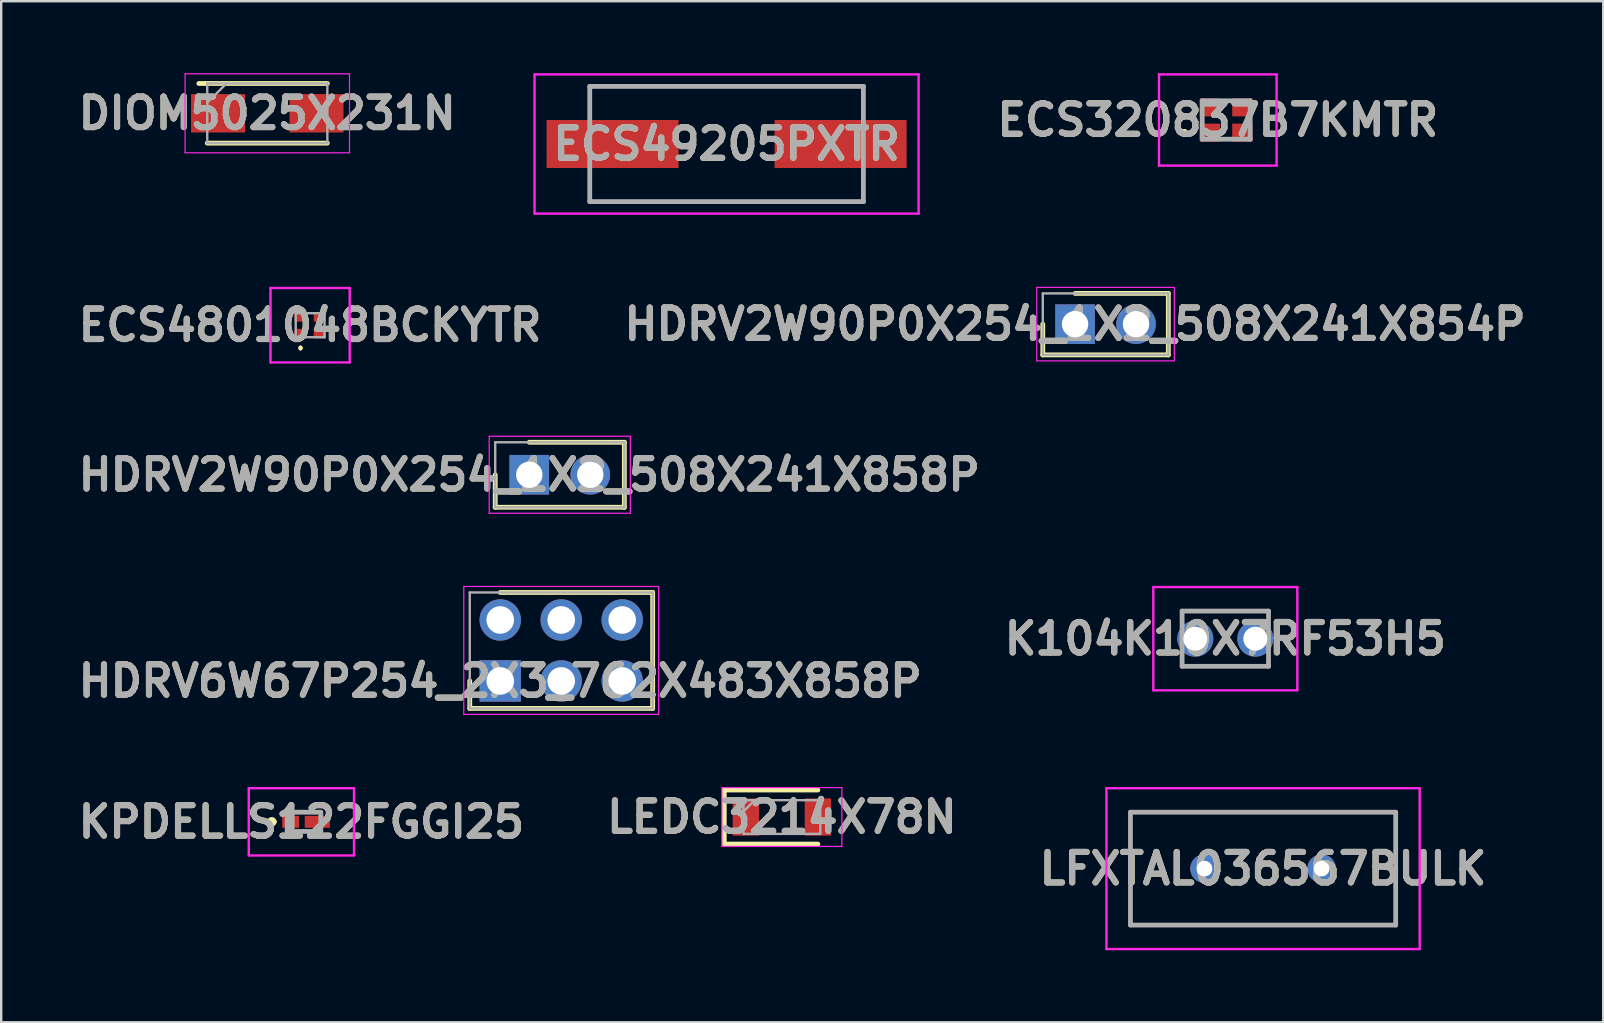
<source format=kicad_pcb>
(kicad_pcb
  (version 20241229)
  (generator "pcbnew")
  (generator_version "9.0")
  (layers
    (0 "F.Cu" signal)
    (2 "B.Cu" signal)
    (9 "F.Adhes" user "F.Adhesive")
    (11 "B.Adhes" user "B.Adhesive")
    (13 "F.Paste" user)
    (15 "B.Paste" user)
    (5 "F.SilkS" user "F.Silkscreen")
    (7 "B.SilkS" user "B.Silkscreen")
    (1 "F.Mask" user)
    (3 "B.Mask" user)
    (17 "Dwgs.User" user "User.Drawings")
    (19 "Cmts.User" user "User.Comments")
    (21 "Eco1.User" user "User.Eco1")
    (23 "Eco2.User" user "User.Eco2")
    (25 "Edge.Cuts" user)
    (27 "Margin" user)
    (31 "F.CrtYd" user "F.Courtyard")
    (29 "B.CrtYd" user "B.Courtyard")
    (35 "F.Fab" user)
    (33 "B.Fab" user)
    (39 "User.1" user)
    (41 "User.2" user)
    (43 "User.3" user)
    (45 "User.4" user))
  (footprint "HDRV2W90P0X254_1X2_508X241X854P"
    (layer "F.Cu")
    (at 41.741 10.455)
    (property "Reference" "HDRV2W90P0X254_1X2_508X241X854P" (at 0 0 0) (layer "F.SilkS") (effects (font (size 1.27 1.27) (thickness 0.254))))
    (attr through_hole)
    (fp_line (start -1.345 0) (end -1.345 1.28) (stroke (width 0.2) (type solid)) (layer "F.SilkS"))
    (fp_line (start -1.345 1.28) (end 3.885 1.28) (stroke (width 0.2) (type solid)) (layer "F.SilkS"))
    (fp_line (start 3.885 -1.28) (end 0 -1.28) (stroke (width 0.2) (type solid)) (layer "F.SilkS"))
    (fp_line (start 3.885 1.28) (end 3.885 -1.28) (stroke (width 0.2) (type solid)) (layer "F.SilkS"))
    (fp_line (start -1.595 -1.53) (end 4.135 -1.53) (stroke (width 0.05) (type solid)) (layer "F.CrtYd"))
    (fp_line (start -1.595 1.53) (end -1.595 -1.53) (stroke (width 0.05) (type solid)) (layer "F.CrtYd"))
    (fp_line (start 4.135 -1.53) (end 4.135 1.53) (stroke (width 0.05) (type solid)) (layer "F.CrtYd"))
    (fp_line (start 4.135 1.53) (end -1.595 1.53) (stroke (width 0.05) (type solid)) (layer "F.CrtYd"))
    (fp_line (start -1.345 -1.28) (end 3.885 -1.28) (stroke (width 0.1) (type solid)) (layer "F.Fab"))
    (fp_line (start -1.345 1.28) (end -1.345 -1.28) (stroke (width 0.1) (type solid)) (layer "F.Fab"))
    (fp_line (start 3.885 -1.28) (end 3.885 1.28) (stroke (width 0.1) (type solid)) (layer "F.Fab"))
    (fp_line (start 3.885 1.28) (end -1.345 1.28) (stroke (width 0.1) (type solid)) (layer "F.Fab"))
    (fp_text user "${REFERENCE}" (at 0 0 0) (layer "F.Fab") (effects (font (size 1.27 1.27) (thickness 0.254))))
    (pad "1" thru_hole rect (at 0 0) (size 1.65 1.65) (drill 1.1) (layers "*.Cu" "*.Mask"))
    (pad "2" thru_hole circle (at 2.54 0) (size 1.65 1.65) (drill 1.1) (layers "*.Cu" "*.Mask")))
  (footprint "ECS320837B7KMTR"
    (layer "F.Cu")
    (at 48.037 1.95)
    (property "Reference" "ECS320837B7KMTR" (at -0.35 0 0) (layer "F.SilkS") (effects (font (size 1.27 1.27) (thickness 0.254))))
    (attr smd)
    (fp_line (start -1.8 0.525) (end -1.8 0.525) (stroke (width 0.2) (type solid)) (layer "F.SilkS"))
    (fp_line (start -1.7 0.525) (end -1.7 0.525) (stroke (width 0.2) (type solid)) (layer "F.SilkS"))
    (fp_line (start -1.7 0.525) (end -1.7 0.525) (stroke (width 0.2) (type solid)) (layer "F.SilkS"))
    (fp_arc (start -1.8 0.525) (mid -1.75 0.475) (end -1.7 0.525) (stroke (width 0.2) (type solid)) (layer "F.SilkS"))
    (fp_arc (start -1.8 0.525) (mid -1.75 0.475) (end -1.7 0.525) (stroke (width 0.2) (type solid)) (layer "F.SilkS"))
    (fp_arc (start -1.7 0.525) (mid -1.75 0.575) (end -1.8 0.525) (stroke (width 0.2) (type solid)) (layer "F.SilkS"))
    (fp_line (start -2.8 -1.9) (end 2.1 -1.9) (stroke (width 0.1) (type solid)) (layer "F.CrtYd"))
    (fp_line (start -2.8 1.9) (end -2.8 -1.9) (stroke (width 0.1) (type solid)) (layer "F.CrtYd"))
    (fp_line (start 2.1 -1.9) (end 2.1 1.9) (stroke (width 0.1) (type solid)) (layer "F.CrtYd"))
    (fp_line (start 2.1 1.9) (end -2.8 1.9) (stroke (width 0.1) (type solid)) (layer "F.CrtYd"))
    (fp_line (start -1 -0.8) (end 1 -0.8) (stroke (width 0.2) (type solid)) (layer "F.Fab"))
    (fp_line (start -1 0.8) (end -1 -0.8) (stroke (width 0.2) (type solid)) (layer "F.Fab"))
    (fp_line (start 1 -0.8) (end 1 0.8) (stroke (width 0.2) (type solid)) (layer "F.Fab"))
    (fp_line (start 1 0.8) (end -1 0.8) (stroke (width 0.2) (type solid)) (layer "F.Fab"))
    (fp_text user "${REFERENCE}" (at -0.35 0 0) (layer "F.Fab") (effects (font (size 1.27 1.27) (thickness 0.254))))
    (pad "1" smd rect (at -0.675 0.525 90) (size 0.75 0.85) (layers "F.Cu" "F.Mask" "F.Paste"))
    (pad "2" smd rect (at 0.675 0.525 90) (size 0.75 0.85) (layers "F.Cu" "F.Mask" "F.Paste"))
    (pad "3" smd rect (at 0.675 -0.525 90) (size 0.75 0.85) (layers "F.Cu" "F.Mask" "F.Paste"))
    (pad "4" smd rect (at -0.675 -0.525 90) (size 0.75 0.85) (layers "F.Cu" "F.Mask" "F.Paste")))
  (footprint "K104K10X7RF53H5"
    (layer "F.Cu")
    (at 48 23.56)
    (property "Reference" "K104K10X7RF53H5" (at 0 0 0) (layer "F.SilkS") (effects (font (size 1.27 1.27) (thickness 0.254))))
    (attr through_hole)
    (fp_line (start -1.8 -1.15) (end 1.8 -1.15) (stroke (width 0.1) (type solid)) (layer "F.SilkS"))
    (fp_line (start -1.8 1.15) (end 1.8 1.15) (stroke (width 0.1) (type solid)) (layer "F.SilkS"))
    (fp_line (start -3 -2.15) (end 3 -2.15) (stroke (width 0.1) (type solid)) (layer "F.CrtYd"))
    (fp_line (start -3 2.15) (end -3 -2.15) (stroke (width 0.1) (type solid)) (layer "F.CrtYd"))
    (fp_line (start 3 -2.15) (end 3 2.15) (stroke (width 0.1) (type solid)) (layer "F.CrtYd"))
    (fp_line (start 3 2.15) (end -3 2.15) (stroke (width 0.1) (type solid)) (layer "F.CrtYd"))
    (fp_line (start -1.8 -1.15) (end 1.8 -1.15) (stroke (width 0.2) (type solid)) (layer "F.Fab"))
    (fp_line (start -1.8 1.15) (end -1.8 -1.15) (stroke (width 0.2) (type solid)) (layer "F.Fab"))
    (fp_line (start 1.8 -1.15) (end 1.8 1.15) (stroke (width 0.2) (type solid)) (layer "F.Fab"))
    (fp_line (start 1.8 1.15) (end -1.8 1.15) (stroke (width 0.2) (type solid)) (layer "F.Fab"))
    (fp_text user "${REFERENCE}" (at 0 0 0) (layer "F.Fab") (effects (font (size 1.27 1.27) (thickness 0.254))))
    (pad "1" thru_hole circle (at -1.25 0) (size 1.5 1.5) (drill 1) (layers "*.Cu" "*.Mask"))
    (pad "2" thru_hole circle (at 1.25 0) (size 1.5 1.5) (drill 1) (layers "*.Cu" "*.Mask")))
  (footprint "KPDELLS122FGGI25"
    (layer "F.Cu")
    (at 9.507 31.19)
    (property "Reference" "KPDELLS122FGGI25" (at 0 0 0) (layer "F.SilkS") (effects (font (size 1.27 1.27) (thickness 0.254))))
    (attr smd)
    (fp_line (start -1.335 0) (end -1.335 0) (stroke (width 0.2) (type solid)) (layer "F.SilkS"))
    (fp_line (start -1.135 0) (end -1.135 0) (stroke (width 0.2) (type solid)) (layer "F.SilkS"))
    (fp_arc (start -1.335 0) (mid -1.235 -0.1) (end -1.135 0) (stroke (width 0.2) (type solid)) (layer "F.SilkS"))
    (fp_arc (start -1.135 0) (mid -1.235 0.1) (end -1.335 0) (stroke (width 0.2) (type solid)) (layer "F.SilkS"))
    (fp_line (start -2.192 -1.4) (end 2.192 -1.4) (stroke (width 0.1) (type solid)) (layer "F.CrtYd"))
    (fp_line (start -2.192 1.4) (end -2.192 -1.4) (stroke (width 0.1) (type solid)) (layer "F.CrtYd"))
    (fp_line (start 2.192 -1.4) (end 2.192 1.4) (stroke (width 0.1) (type solid)) (layer "F.CrtYd"))
    (fp_line (start 2.192 1.4) (end -2.192 1.4) (stroke (width 0.1) (type solid)) (layer "F.CrtYd"))
    (fp_line (start -0.592 -0.4) (end 0.808 -0.4) (stroke (width 0.2) (type solid)) (layer "F.Fab"))
    (fp_line (start -0.592 0.4) (end -0.592 -0.4) (stroke (width 0.2) (type solid)) (layer "F.Fab"))
    (fp_line (start 0.808 -0.4) (end 0.808 0.4) (stroke (width 0.2) (type solid)) (layer "F.Fab"))
    (fp_line (start 0.808 0.4) (end -0.592 0.4) (stroke (width 0.2) (type solid)) (layer "F.Fab"))
    (fp_text user "${REFERENCE}" (at 0 0 0) (layer "F.Fab") (effects (font (size 1.27 1.27) (thickness 0.254))))
    (pad "1" smd rect (at -0.45 0 90) (size 0.5 0.7) (layers "F.Cu" "F.Mask" "F.Paste"))
    (pad "2" smd rect (at 0.665 0 90) (size 0.5 1.05) (layers "F.Cu" "F.Mask" "F.Paste")))
  (footprint "DIOM5025X231N"
    (layer "F.Cu")
    (at 8.086 1.67)
    (property "Reference" "DIOM5025X231N" (at 0 0 0) (layer "F.SilkS") (effects (font (size 1.27 1.27) (thickness 0.254))))
    (attr smd)
    (fp_line (start -2.502 1.242) (end 2.502 1.242) (stroke (width 0.2) (type solid)) (layer "F.SilkS"))
    (fp_line (start 2.502 -1.242) (end -2.85 -1.242) (stroke (width 0.2) (type solid)) (layer "F.SilkS"))
    (fp_line (start -3.425 -1.645) (end 3.425 -1.645) (stroke (width 0.05) (type solid)) (layer "F.CrtYd"))
    (fp_line (start -3.425 1.645) (end -3.425 -1.645) (stroke (width 0.05) (type solid)) (layer "F.CrtYd"))
    (fp_line (start 3.425 -1.645) (end 3.425 1.645) (stroke (width 0.05) (type solid)) (layer "F.CrtYd"))
    (fp_line (start 3.425 1.645) (end -3.425 1.645) (stroke (width 0.05) (type solid)) (layer "F.CrtYd"))
    (fp_line (start -2.502 -1.242) (end 2.502 -1.242) (stroke (width 0.1) (type solid)) (layer "F.Fab"))
    (fp_line (start -2.502 -0.442) (end -1.702 -1.242) (stroke (width 0.1) (type solid)) (layer "F.Fab"))
    (fp_line (start -2.502 1.242) (end -2.502 -1.242) (stroke (width 0.1) (type solid)) (layer "F.Fab"))
    (fp_line (start 2.502 -1.242) (end 2.502 1.242) (stroke (width 0.1) (type solid)) (layer "F.Fab"))
    (fp_line (start 2.502 1.242) (end -2.502 1.242) (stroke (width 0.1) (type solid)) (layer "F.Fab"))
    (fp_text user "${REFERENCE}" (at 0 0 0) (layer "F.Fab") (effects (font (size 1.27 1.27) (thickness 0.254))))
    (pad "1" smd rect (at -2.05 0 90) (size 1.6 2.25) (layers "F.Cu" "F.Mask" "F.Paste"))
    (pad "2" smd rect (at 2.05 0 90) (size 1.6 2.25) (layers "F.Cu" "F.Mask" "F.Paste")))
  (footprint "LFXTAL036567BULK"
    (layer "F.Cu")
    (at 47.133 33.14)
    (property "Reference" "LFXTAL036567BULK" (at 2.44 0 0) (layer "F.SilkS") (effects (font (size 1.27 1.27) (thickness 0.254))))
    (attr through_hole)
    (fp_line (start -3.085 -2.35) (end 7.965 -2.35) (stroke (width 0.1) (type solid)) (layer "F.SilkS"))
    (fp_line (start -3.085 2.35) (end -3.085 -2.35) (stroke (width 0.1) (type solid)) (layer "F.SilkS"))
    (fp_line (start 7.965 -2.35) (end 7.965 2.35) (stroke (width 0.1) (type solid)) (layer "F.SilkS"))
    (fp_line (start 7.965 2.35) (end -3.085 2.35) (stroke (width 0.1) (type solid)) (layer "F.SilkS"))
    (fp_line (start -4.085 -3.35) (end 8.965 -3.35) (stroke (width 0.1) (type solid)) (layer "F.CrtYd"))
    (fp_line (start -4.085 3.35) (end -4.085 -3.35) (stroke (width 0.1) (type solid)) (layer "F.CrtYd"))
    (fp_line (start 8.965 -3.35) (end 8.965 3.35) (stroke (width 0.1) (type solid)) (layer "F.CrtYd"))
    (fp_line (start 8.965 3.35) (end -4.085 3.35) (stroke (width 0.1) (type solid)) (layer "F.CrtYd"))
    (fp_line (start -3.085 -2.35) (end 7.965 -2.35) (stroke (width 0.2) (type solid)) (layer "F.Fab"))
    (fp_line (start -3.085 2.35) (end -3.085 -2.35) (stroke (width 0.2) (type solid)) (layer "F.Fab"))
    (fp_line (start 7.965 -2.35) (end 7.965 2.35) (stroke (width 0.2) (type solid)) (layer "F.Fab"))
    (fp_line (start 7.965 2.35) (end -3.085 2.35) (stroke (width 0.2) (type solid)) (layer "F.Fab"))
    (fp_text user "${REFERENCE}" (at 2.44 0 0) (layer "F.Fab") (effects (font (size 1.27 1.27) (thickness 0.254))))
    (pad "1" thru_hole circle (at 0 0) (size 1.192 1.192) (drill 0.65) (layers "*.Cu" "*.Mask"))
    (pad "2" thru_hole circle (at 4.88 0) (size 1.192 1.192) (drill 0.65) (layers "*.Cu" "*.Mask")))
  (footprint "ECS4801048BCKYTR"
    (layer "F.Cu")
    (at 9.87 10.5)
    (property "Reference" "ECS4801048BCKYTR" (at 0 0 0) (layer "F.SilkS") (effects (font (size 1.27 1.27) (thickness 0.254))))
    (attr smd)
    (fp_line (start -0.4 0.9) (end -0.4 0.9) (stroke (width 0.1) (type solid)) (layer "F.SilkS"))
    (fp_line (start -0.4 1) (end -0.4 1) (stroke (width 0.1) (type solid)) (layer "F.SilkS"))
    (fp_arc (start -0.4 0.9) (mid -0.35 0.95) (end -0.4 1) (stroke (width 0.1) (type solid)) (layer "F.SilkS"))
    (fp_arc (start -0.4 1) (mid -0.45 0.95) (end -0.4 0.9) (stroke (width 0.1) (type solid)) (layer "F.SilkS"))
    (fp_line (start -1.65 -1.55) (end 1.65 -1.55) (stroke (width 0.1) (type solid)) (layer "F.CrtYd"))
    (fp_line (start -1.65 1.55) (end -1.65 -1.55) (stroke (width 0.1) (type solid)) (layer "F.CrtYd"))
    (fp_line (start 1.65 -1.55) (end 1.65 1.55) (stroke (width 0.1) (type solid)) (layer "F.CrtYd"))
    (fp_line (start 1.65 1.55) (end -1.65 1.55) (stroke (width 0.1) (type solid)) (layer "F.CrtYd"))
    (fp_line (start -0.6 -0.5) (end 0.6 -0.5) (stroke (width 0.1) (type solid)) (layer "F.Fab"))
    (fp_line (start -0.6 0.5) (end -0.6 -0.5) (stroke (width 0.1) (type solid)) (layer "F.Fab"))
    (fp_line (start 0.6 -0.5) (end 0.6 0.5) (stroke (width 0.1) (type solid)) (layer "F.Fab"))
    (fp_line (start 0.6 0.5) (end -0.6 0.5) (stroke (width 0.1) (type solid)) (layer "F.Fab"))
    (fp_text user "${REFERENCE}" (at 0 0 0) (layer "F.Fab") (effects (font (size 1.27 1.27) (thickness 0.254))))
    (pad "1" smd rect (at -0.4 0.35 90) (size 0.4 0.5) (layers "F.Cu" "F.Mask" "F.Paste"))
    (pad "2" smd rect (at 0.4 0.35 90) (size 0.4 0.5) (layers "F.Cu" "F.Mask" "F.Paste"))
    (pad "3" smd rect (at 0.4 -0.35 90) (size 0.4 0.5) (layers "F.Cu" "F.Mask" "F.Paste"))
    (pad "4" smd rect (at -0.4 -0.35 90) (size 0.4 0.5) (layers "F.Cu" "F.Mask" "F.Paste")))
  (footprint "HDRV2W90P0X254_1X2_508X241X858P"
    (layer "F.Cu")
    (at 19.002 16.73)
    (property "Reference" "HDRV2W90P0X254_1X2_508X241X858P" (at 0 0 0) (layer "F.SilkS") (effects (font (size 1.27 1.27) (thickness 0.254))))
    (attr through_hole)
    (fp_line (start -1.42 0) (end -1.42 1.355) (stroke (width 0.2) (type solid)) (layer "F.SilkS"))
    (fp_line (start -1.42 1.355) (end 3.96 1.355) (stroke (width 0.2) (type solid)) (layer "F.SilkS"))
    (fp_line (start 3.96 -1.355) (end 0 -1.355) (stroke (width 0.2) (type solid)) (layer "F.SilkS"))
    (fp_line (start 3.96 1.355) (end 3.96 -1.355) (stroke (width 0.2) (type solid)) (layer "F.SilkS"))
    (fp_line (start -1.67 -1.605) (end 4.21 -1.605) (stroke (width 0.05) (type solid)) (layer "F.CrtYd"))
    (fp_line (start -1.67 1.605) (end -1.67 -1.605) (stroke (width 0.05) (type solid)) (layer "F.CrtYd"))
    (fp_line (start 4.21 -1.605) (end 4.21 1.605) (stroke (width 0.05) (type solid)) (layer "F.CrtYd"))
    (fp_line (start 4.21 1.605) (end -1.67 1.605) (stroke (width 0.05) (type solid)) (layer "F.CrtYd"))
    (fp_line (start -1.42 -1.355) (end 3.96 -1.355) (stroke (width 0.1) (type solid)) (layer "F.Fab"))
    (fp_line (start -1.42 1.355) (end -1.42 -1.355) (stroke (width 0.1) (type solid)) (layer "F.Fab"))
    (fp_line (start 3.96 -1.355) (end 3.96 1.355) (stroke (width 0.1) (type solid)) (layer "F.Fab"))
    (fp_line (start 3.96 1.355) (end -1.42 1.355) (stroke (width 0.1) (type solid)) (layer "F.Fab"))
    (fp_text user "${REFERENCE}" (at 0 0 0) (layer "F.Fab") (effects (font (size 1.27 1.27) (thickness 0.254))))
    (pad "1" thru_hole rect (at 0 0) (size 1.65 1.65) (drill 1.1) (layers "*.Cu" "*.Mask"))
    (pad "2" thru_hole circle (at 2.54 0) (size 1.65 1.65) (drill 1.1) (layers "*.Cu" "*.Mask")))
  (footprint "LEDC3214X78N"
    (layer "F.Cu")
    (at 29.525 30.99)
    (property "Reference" "LEDC3214X78N" (at 0 0 0) (layer "F.SilkS") (effects (font (size 1.27 1.27) (thickness 0.254))))
    (attr smd)
    (fp_line (start -2.4 -1.125) (end -2.4 1.125) (stroke (width 0.2) (type solid)) (layer "F.SilkS"))
    (fp_line (start -2.4 1.125) (end 1.5 1.125) (stroke (width 0.2) (type solid)) (layer "F.SilkS"))
    (fp_line (start 1.5 -1.125) (end -2.4 -1.125) (stroke (width 0.2) (type solid)) (layer "F.SilkS"))
    (fp_line (start -2.5 -1.225) (end 2.5 -1.225) (stroke (width 0.05) (type solid)) (layer "F.CrtYd"))
    (fp_line (start -2.5 1.225) (end -2.5 -1.225) (stroke (width 0.05) (type solid)) (layer "F.CrtYd"))
    (fp_line (start 2.5 -1.225) (end 2.5 1.225) (stroke (width 0.05) (type solid)) (layer "F.CrtYd"))
    (fp_line (start 2.5 1.225) (end -2.5 1.225) (stroke (width 0.05) (type solid)) (layer "F.CrtYd"))
    (fp_line (start -1.6 -0.7) (end 1.6 -0.7) (stroke (width 0.1) (type solid)) (layer "F.Fab"))
    (fp_line (start -1.6 -0.233) (end -1.133 -0.7) (stroke (width 0.1) (type solid)) (layer "F.Fab"))
    (fp_line (start -1.6 0.7) (end -1.6 -0.7) (stroke (width 0.1) (type solid)) (layer "F.Fab"))
    (fp_line (start 1.6 -0.7) (end 1.6 0.7) (stroke (width 0.1) (type solid)) (layer "F.Fab"))
    (fp_line (start 1.6 0.7) (end -1.6 0.7) (stroke (width 0.1) (type solid)) (layer "F.Fab"))
    (fp_text user "${REFERENCE}" (at 0 0 0) (layer "F.Fab") (effects (font (size 1.27 1.27) (thickness 0.254))))
    (pad "1" smd rect (at -1.5 0) (size 1.1 1.55) (layers "F.Cu" "F.Mask" "F.Paste"))
    (pad "2" smd rect (at 1.5 0) (size 1.1 1.55) (layers "F.Cu" "F.Mask" "F.Paste")))
  (footprint "ECS49205PXTR"
    (layer "F.Cu")
    (at 27.221 2.95)
    (property "Reference" "ECS49205PXTR" (at 0 0 0) (layer "F.SilkS") (effects (font (size 1.27 1.27) (thickness 0.254))))
    (attr smd)
    (fp_line (start -5.7 -2.4) (end 5.7 -2.4) (stroke (width 0.1) (type solid)) (layer "F.SilkS"))
    (fp_line (start -5.7 -1.5) (end -5.7 -2.4) (stroke (width 0.1) (type solid)) (layer "F.SilkS"))
    (fp_line (start -5.7 1.5) (end -5.7 2.4) (stroke (width 0.1) (type solid)) (layer "F.SilkS"))
    (fp_line (start -5.7 2.4) (end 5.7 2.4) (stroke (width 0.1) (type solid)) (layer "F.SilkS"))
    (fp_line (start 5.7 -2.4) (end 5.7 -1.5) (stroke (width 0.1) (type solid)) (layer "F.SilkS"))
    (fp_line (start 5.7 2.4) (end 5.7 1.5) (stroke (width 0.1) (type solid)) (layer "F.SilkS"))
    (fp_line (start -8 -2.9) (end 8 -2.9) (stroke (width 0.1) (type solid)) (layer "F.CrtYd"))
    (fp_line (start -8 2.9) (end -8 -2.9) (stroke (width 0.1) (type solid)) (layer "F.CrtYd"))
    (fp_line (start 8 -2.9) (end 8 2.9) (stroke (width 0.1) (type solid)) (layer "F.CrtYd"))
    (fp_line (start 8 2.9) (end -8 2.9) (stroke (width 0.1) (type solid)) (layer "F.CrtYd"))
    (fp_line (start -5.7 -2.4) (end 5.7 -2.4) (stroke (width 0.2) (type solid)) (layer "F.Fab"))
    (fp_line (start -5.7 2.4) (end -5.7 -2.4) (stroke (width 0.2) (type solid)) (layer "F.Fab"))
    (fp_line (start 5.7 -2.4) (end 5.7 2.4) (stroke (width 0.2) (type solid)) (layer "F.Fab"))
    (fp_line (start 5.7 2.4) (end -5.7 2.4) (stroke (width 0.2) (type solid)) (layer "F.Fab"))
    (fp_text user "${REFERENCE}" (at 0 0 0) (layer "F.Fab") (effects (font (size 1.27 1.27) (thickness 0.254))))
    (pad "1" smd rect (at -4.75 0 90) (size 2 5.5) (layers "F.Cu" "F.Mask" "F.Paste"))
    (pad "2" smd rect (at 4.75 0 90) (size 2 5.5) (layers "F.Cu" "F.Mask" "F.Paste")))
  (footprint "HDRV6W67P254_2X3_762X483X858P"
    (layer "F.Cu")
    (at 17.792 25.32)
    (property "Reference" "HDRV6W67P254_2X3_762X483X858P" (at 0 0 0) (layer "F.SilkS") (effects (font (size 1.27 1.27) (thickness 0.254))))
    (attr through_hole)
    (fp_line (start -1.27 0) (end -1.27 1.145) (stroke (width 0.2) (type solid)) (layer "F.SilkS"))
    (fp_line (start -1.27 1.145) (end 6.35 1.145) (stroke (width 0.2) (type solid)) (layer "F.SilkS"))
    (fp_line (start 6.35 -3.685) (end 0 -3.685) (stroke (width 0.2) (type solid)) (layer "F.SilkS"))
    (fp_line (start 6.35 1.145) (end 6.35 -3.685) (stroke (width 0.2) (type solid)) (layer "F.SilkS"))
    (fp_line (start -1.52 -3.935) (end 6.6 -3.935) (stroke (width 0.05) (type solid)) (layer "F.CrtYd"))
    (fp_line (start -1.52 1.395) (end -1.52 -3.935) (stroke (width 0.05) (type solid)) (layer "F.CrtYd"))
    (fp_line (start 6.6 -3.935) (end 6.6 1.395) (stroke (width 0.05) (type solid)) (layer "F.CrtYd"))
    (fp_line (start 6.6 1.395) (end -1.52 1.395) (stroke (width 0.05) (type solid)) (layer "F.CrtYd"))
    (fp_line (start -1.27 -3.685) (end 6.35 -3.685) (stroke (width 0.1) (type solid)) (layer "F.Fab"))
    (fp_line (start -1.27 1.145) (end -1.27 -3.685) (stroke (width 0.1) (type solid)) (layer "F.Fab"))
    (fp_line (start 6.35 -3.685) (end 6.35 1.145) (stroke (width 0.1) (type solid)) (layer "F.Fab"))
    (fp_line (start 6.35 1.145) (end -1.27 1.145) (stroke (width 0.1) (type solid)) (layer "F.Fab"))
    (fp_text user "${REFERENCE}" (at 0 0 0) (layer "F.Fab") (effects (font (size 1.27 1.27) (thickness 0.254))))
    (pad "1" thru_hole rect (at 0 0) (size 1.725 1.725) (drill 1.15) (layers "*.Cu" "*.Mask"))
    (pad "2" thru_hole circle (at 0 -2.54) (size 1.725 1.725) (drill 1.15) (layers "*.Cu" "*.Mask"))
    (pad "3" thru_hole circle (at 2.54 0) (size 1.725 1.725) (drill 1.15) (layers "*.Cu" "*.Mask"))
    (pad "4" thru_hole circle (at 2.54 -2.54) (size 1.725 1.725) (drill 1.15) (layers "*.Cu" "*.Mask"))
    (pad "5" thru_hole circle (at 5.08 0) (size 1.725 1.725) (drill 1.15) (layers "*.Cu" "*.Mask"))
    (pad "6" thru_hole circle (at 5.08 -2.54) (size 1.725 1.725) (drill 1.15) (layers "*.Cu" "*.Mask")))
  (gr_rect
    (start -3 -3)
    (end 63.743 39.54)
    (stroke (width 0.1) (type default))
    (fill no)
    (layer "Edge.Cuts")))
</source>
